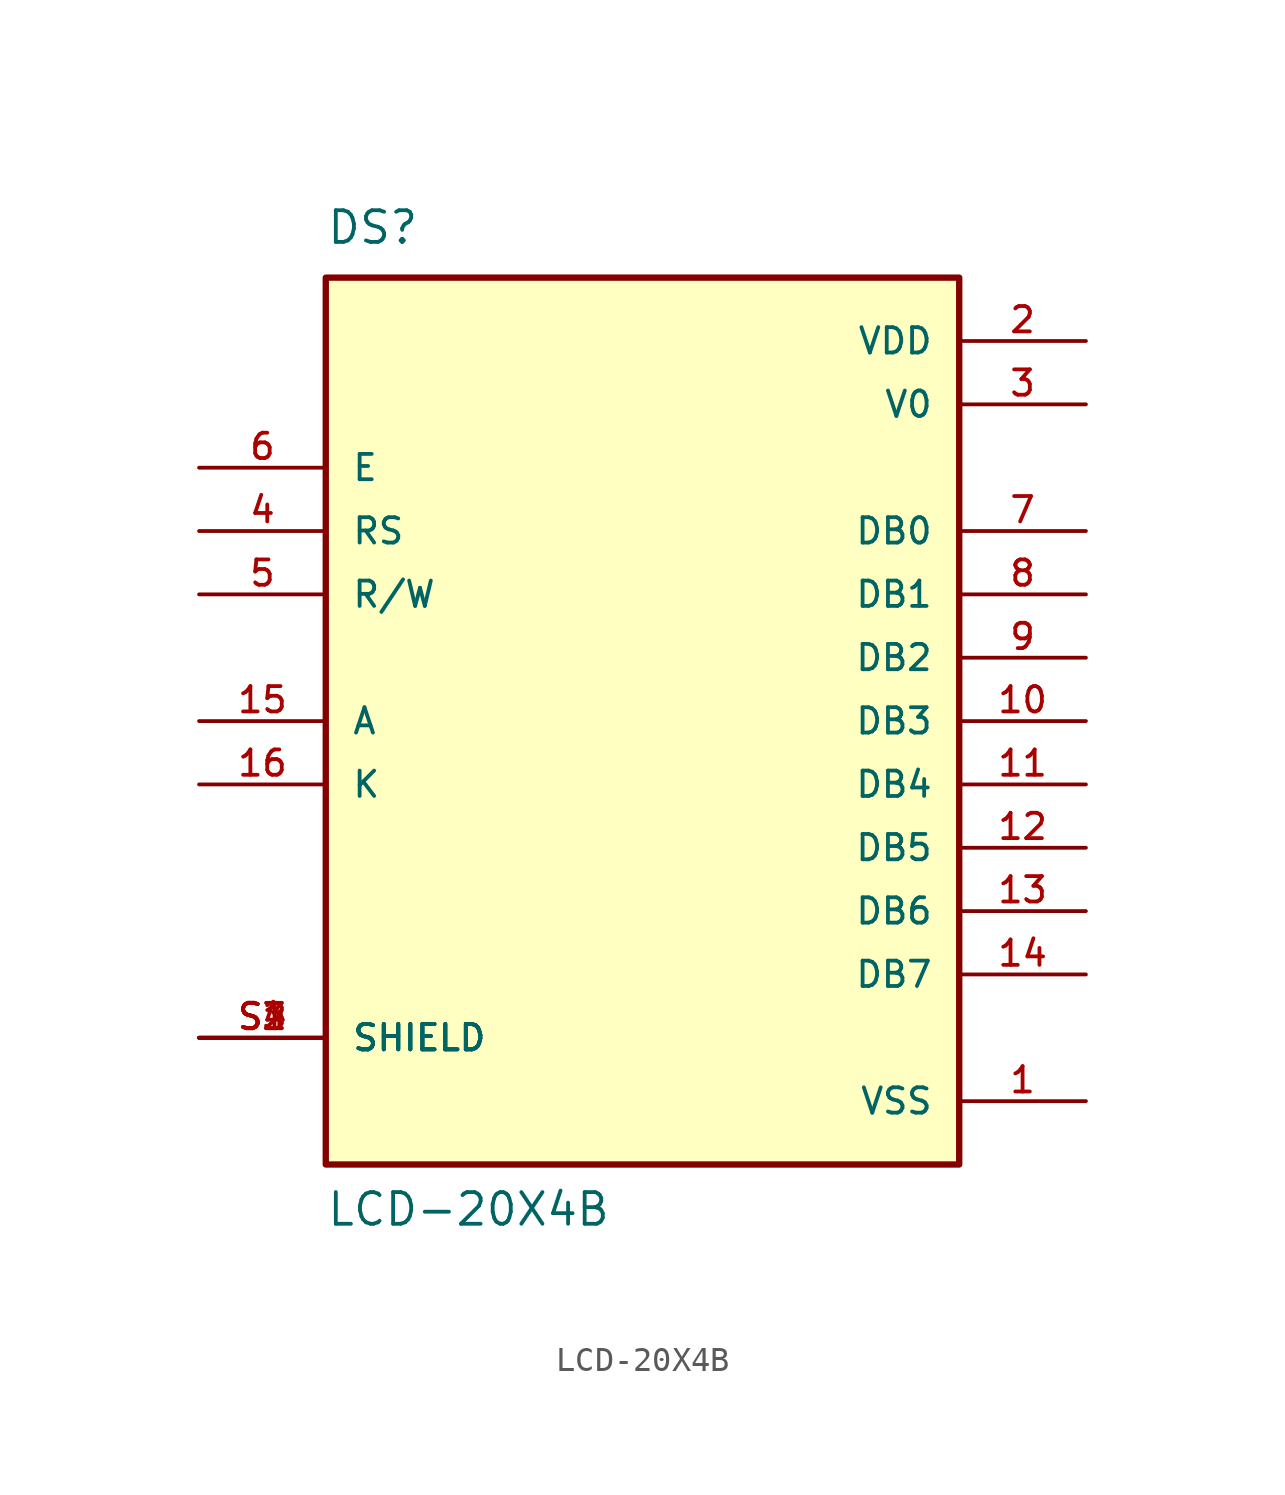
<source format=kicad_sym>
(kicad_symbol_lib
  (version 20211014)
  (generator kicad_symbol_editor)
  (symbol "LCD-20X4B"
    (pin_names
      (offset 1.016))
    (property "Reference" "DS"
      (at -12.7 19.05 0)
      (effects (font (size 1.27 1.27)) (justify bottom left)))
    (property "Value" "LCD-20X4B"
      (at -12.7 -20.32 0)
      (effects (font (size 1.27 1.27)) (justify bottom left)))
    (symbol "LCD-20X4B_0_0"
      (rectangle (start -12.7 -17.78) (end 12.7 17.78) (stroke (width 0.254)) (fill (type background)))
      (pin power_in line (at 17.78 15.24 180.0) (length 5.08) (name "VDD" (effects (font (size 1.016 1.016)))) (number "2" (effects (font (size 1.016 1.016)))))
      (pin power_in line (at 17.78 -15.24 180.0) (length 5.08) (name "VSS" (effects (font (size 1.016 1.016)))) (number "1" (effects (font (size 1.016 1.016)))))
      (pin power_in line (at 17.78 12.7 180.0) (length 5.08) (name "V0" (effects (font (size 1.016 1.016)))) (number "3" (effects (font (size 1.016 1.016)))))
      (pin input line (at -17.78 10.16 0) (length 5.08) (name "E" (effects (font (size 1.016 1.016)))) (number "6" (effects (font (size 1.016 1.016)))))
      (pin input line (at -17.78 7.62 0) (length 5.08) (name "RS" (effects (font (size 1.016 1.016)))) (number "4" (effects (font (size 1.016 1.016)))))
      (pin input line (at -17.78 5.08 0) (length 5.08) (name "R/W" (effects (font (size 1.016 1.016)))) (number "5" (effects (font (size 1.016 1.016)))))
      (pin bidirectional line (at 17.78 7.62 180.0) (length 5.08) (name "DB0" (effects (font (size 1.016 1.016)))) (number "7" (effects (font (size 1.016 1.016)))))
      (pin bidirectional line (at 17.78 5.08 180.0) (length 5.08) (name "DB1" (effects (font (size 1.016 1.016)))) (number "8" (effects (font (size 1.016 1.016)))))
      (pin bidirectional line (at 17.78 2.54 180.0) (length 5.08) (name "DB2" (effects (font (size 1.016 1.016)))) (number "9" (effects (font (size 1.016 1.016)))))
      (pin bidirectional line (at 17.78 0.0 180.0) (length 5.08) (name "DB3" (effects (font (size 1.016 1.016)))) (number "10" (effects (font (size 1.016 1.016)))))
      (pin bidirectional line (at 17.78 -2.54 180.0) (length 5.08) (name "DB4" (effects (font (size 1.016 1.016)))) (number "11" (effects (font (size 1.016 1.016)))))
      (pin bidirectional line (at 17.78 -5.08 180.0) (length 5.08) (name "DB5" (effects (font (size 1.016 1.016)))) (number "12" (effects (font (size 1.016 1.016)))))
      (pin bidirectional line (at 17.78 -7.62 180.0) (length 5.08) (name "DB6" (effects (font (size 1.016 1.016)))) (number "13" (effects (font (size 1.016 1.016)))))
      (pin bidirectional line (at 17.78 -10.16 180.0) (length 5.08) (name "DB7" (effects (font (size 1.016 1.016)))) (number "14" (effects (font (size 1.016 1.016)))))
      (pin passive line (at -17.78 0.0 0) (length 5.08) (name "A" (effects (font (size 1.016 1.016)))) (number "15" (effects (font (size 1.016 1.016)))))
      (pin passive line (at -17.78 -2.54 0) (length 5.08) (name "K" (effects (font (size 1.016 1.016)))) (number "16" (effects (font (size 1.016 1.016)))))
      (pin passive line (at -17.78 -12.7 0) (length 5.08) (name "SHIELD" (effects (font (size 1.016 1.016)))) (number "S1" (effects (font (size 1.016 1.016)))))
      (pin passive line (at -17.78 -12.7 0) (length 5.08) (name "SHIELD" (effects (font (size 1.016 1.016)))) (number "S2" (effects (font (size 1.016 1.016)))))
      (pin passive line (at -17.78 -12.7 0) (length 5.08) (name "SHIELD" (effects (font (size 1.016 1.016)))) (number "S3" (effects (font (size 1.016 1.016)))))
      (pin passive line (at -17.78 -12.7 0) (length 5.08) (name "SHIELD" (effects (font (size 1.016 1.016)))) (number "S4" (effects (font (size 1.016 1.016))))))))
</source>
